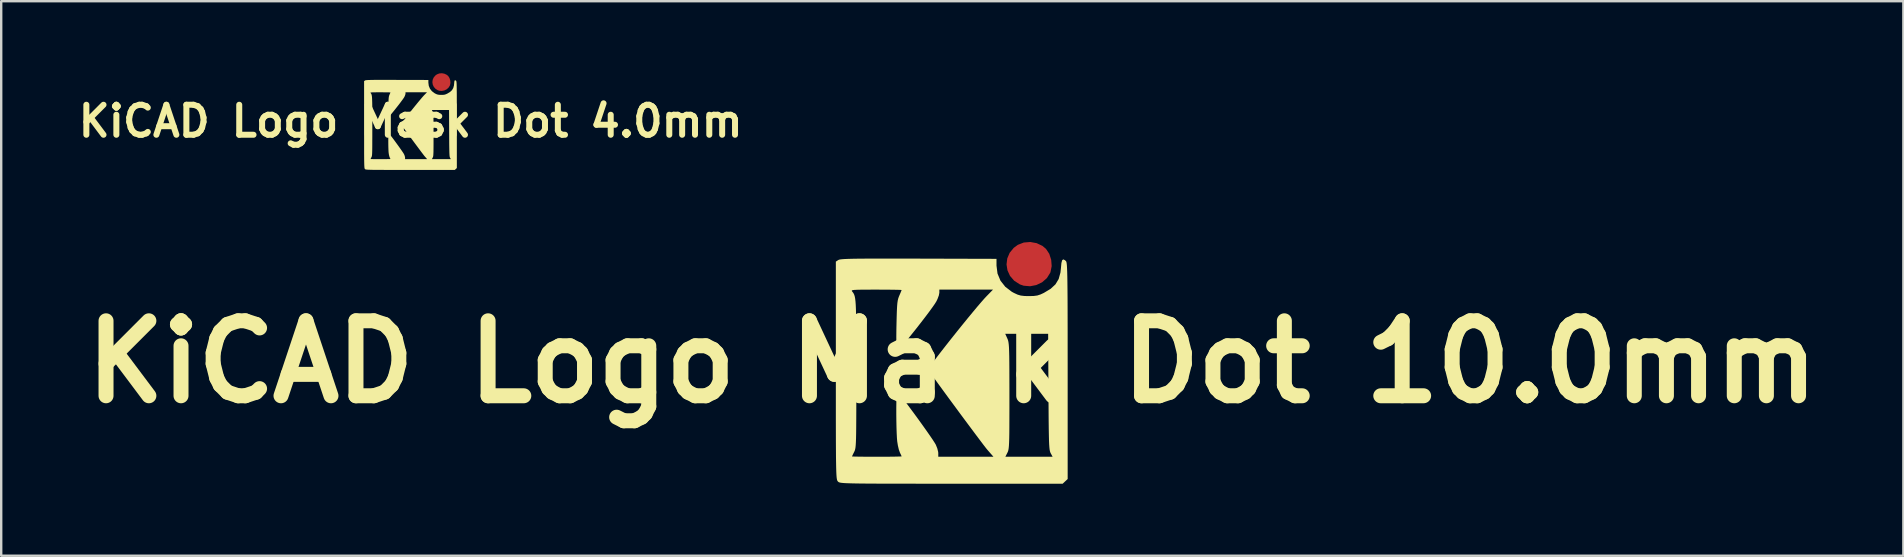
<source format=kicad_pcb>
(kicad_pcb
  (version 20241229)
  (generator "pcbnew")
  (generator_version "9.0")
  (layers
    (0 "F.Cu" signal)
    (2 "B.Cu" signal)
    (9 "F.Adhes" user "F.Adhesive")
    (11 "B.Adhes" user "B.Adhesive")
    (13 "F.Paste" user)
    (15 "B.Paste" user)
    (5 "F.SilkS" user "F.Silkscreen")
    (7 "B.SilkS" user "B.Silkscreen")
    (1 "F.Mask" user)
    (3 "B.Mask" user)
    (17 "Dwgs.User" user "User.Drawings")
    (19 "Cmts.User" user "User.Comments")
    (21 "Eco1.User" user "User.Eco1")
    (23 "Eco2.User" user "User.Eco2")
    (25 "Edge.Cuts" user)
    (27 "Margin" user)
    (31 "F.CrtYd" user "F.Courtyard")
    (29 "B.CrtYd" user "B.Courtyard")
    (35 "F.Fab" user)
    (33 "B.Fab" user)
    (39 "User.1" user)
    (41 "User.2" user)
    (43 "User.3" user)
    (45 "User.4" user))
  (footprint "KiCAD Logo Mask Dot 4.0mm"
    (layer "F.Cu")
    (at 14.06 1.999)
    (property "Reference" "KiCAD Logo Mask Dot 4.0mm" (at 0 0 180) (layer "F.SilkS") (effects (font (size 1.25 1.25) (thickness 0.25))))
    (attr board_only exclude_from_pos_files exclude_from_bom)
    (fp_poly (pts (xy 1.406 -1.978) (xy 1.503 -1.932) (xy 1.562 -1.883) (xy 1.616 -1.8) (xy 1.648 -1.7) (xy 1.656 -1.595) (xy 1.637 -1.498) (xy 1.632 -1.485) (xy 1.576 -1.396) (xy 1.496 -1.326) (xy 1.4 -1.28) (xy 1.295 -1.26) (xy 1.19 -1.269) (xy 1.127 -1.291) (xy 1.031 -1.352) (xy 0.962 -1.432) (xy 0.919 -1.525) (xy 0.904 -1.624) (xy 0.916 -1.723) (xy 0.956 -1.817) (xy 1.024 -1.9) (xy 1.092 -1.95) (xy 1.191 -1.989) (xy 1.299 -1.998)) (stroke (width 0) (type solid)) (fill yes) (layer "F.Cu"))
    (fp_poly (pts (xy 1.402 -1.979) (xy 1.499 -1.933) (xy 1.558 -1.884) (xy 1.612 -1.801) (xy 1.645 -1.701) (xy 1.652 -1.596) (xy 1.633 -1.499) (xy 1.629 -1.486) (xy 1.572 -1.397) (xy 1.492 -1.327) (xy 1.396 -1.281) (xy 1.291 -1.261) (xy 1.186 -1.27) (xy 1.123 -1.292) (xy 1.027 -1.353) (xy 0.958 -1.433) (xy 0.916 -1.526) (xy 0.9 -1.625) (xy 0.912 -1.724) (xy 0.952 -1.818) (xy 1.02 -1.901) (xy 1.088 -1.951) (xy 1.188 -1.99) (xy 1.295 -1.999)) (stroke (width 0) (type solid)) (fill yes) (layer "F.Mask"))
    (fp_poly (pts (xy -0.94 -1.721) (xy -0.709 -1.721) (xy -0.561 -1.72) (xy 0.737 -1.717) (xy 0.737 -1.603) (xy 0.754 -1.472) (xy 0.803 -1.353) (xy 0.883 -1.251) (xy 0.992 -1.168) (xy 1.028 -1.148) (xy 1.088 -1.12) (xy 1.142 -1.105) (xy 1.204 -1.098) (xy 1.276 -1.096) (xy 1.357 -1.098) (xy 1.417 -1.106) (xy 1.471 -1.124) (xy 1.526 -1.149) (xy 1.639 -1.217) (xy 1.72 -1.292) (xy 1.773 -1.381) (xy 1.803 -1.49) (xy 1.811 -1.568) (xy 1.818 -1.647) (xy 1.83 -1.692) (xy 1.849 -1.708) (xy 1.876 -1.695) (xy 1.894 -1.679) (xy 1.899 -1.671) (xy 1.903 -1.658) (xy 1.907 -1.636) (xy 1.91 -1.604) (xy 1.913 -1.559) (xy 1.915 -1.5) (xy 1.917 -1.424) (xy 1.918 -1.33) (xy 1.92 -1.215) (xy 1.921 -1.077) (xy 1.921 -0.915) (xy 1.922 -0.726) (xy 1.922 -0.507) (xy 1.923 -0.258) (xy 1.923 0.024) (xy 1.923 0.151) (xy 1.923 1.952) (xy 1.881 1.991) (xy 1.839 2.03) (xy -0.015 2.03) (xy -0.313 2.03) (xy -0.578 2.03) (xy -0.811 2.03) (xy -1.014 2.03) (xy -1.19 2.029) (xy -1.34 2.029) (xy -1.467 2.028) (xy -1.572 2.027) (xy -1.658 2.025) (xy -1.727 2.023) (xy -1.781 2.021) (xy -1.821 2.018) (xy -1.851 2.015) (xy -1.872 2.011) (xy -1.886 2.007) (xy -1.896 2.002) (xy -1.902 1.997) (xy -1.905 1.994) (xy -1.91 1.988) (xy -1.916 1.98) (xy -1.92 1.967) (xy -1.924 1.949) (xy -1.928 1.922) (xy -1.93 1.886) (xy -1.933 1.836) (xy -1.935 1.772) (xy -1.937 1.692) (xy -1.938 1.593) (xy -1.939 1.473) (xy -1.94 1.33) (xy -1.94 1.162) (xy -1.94 0.967) (xy -1.94 0.742) (xy -1.941 0.486) (xy -1.941 0.197) (xy -1.941 0.144) (xy -1.941 -1.182) (xy -1.675 -1.182) (xy -1.668 -1.172) (xy -1.655 -1.156) (xy -1.644 -1.139) (xy -1.634 -1.118) (xy -1.626 -1.091) (xy -1.619 -1.055) (xy -1.613 -1.009) (xy -1.609 -0.948) (xy -1.606 -0.871) (xy -1.603 -0.774) (xy -1.601 -0.656) (xy -1.6 -0.513) (xy -1.6 -0.344) (xy -1.599 -0.145) (xy -1.599 0.087) (xy -1.599 0.195) (xy -1.599 0.436) (xy -1.599 0.643) (xy -1.6 0.82) (xy -1.6 0.969) (xy -1.601 1.093) (xy -1.602 1.193) (xy -1.604 1.274) (xy -1.606 1.338) (xy -1.609 1.386) (xy -1.613 1.423) (xy -1.617 1.45) (xy -1.622 1.471) (xy -1.629 1.487) (xy -1.635 1.5) (xy -1.657 1.544) (xy -1.67 1.572) (xy -1.671 1.576) (xy -1.654 1.578) (xy -1.606 1.579) (xy -1.532 1.58) (xy -1.437 1.581) (xy -1.326 1.581) (xy -1.258 1.581) (xy -1.14 1.581) (xy -1.036 1.58) (xy -0.949 1.579) (xy -0.886 1.578) (xy -0.85 1.576) (xy -0.845 1.575) (xy -0.852 1.556) (xy -0.869 1.519) (xy -0.874 1.51) (xy -0.891 1.462) (xy -0.907 1.393) (xy -0.918 1.323) (xy -0.923 1.264) (xy -0.927 1.183) (xy -0.93 1.087) (xy -0.932 0.981) (xy -0.933 0.873) (xy -0.933 0.768) (xy -0.932 0.672) (xy -0.93 0.591) (xy -0.927 0.532) (xy -0.923 0.5) (xy -0.921 0.497) (xy -0.907 0.508) (xy -0.876 0.545) (xy -0.83 0.603) (xy -0.773 0.677) (xy -0.708 0.763) (xy -0.638 0.858) (xy -0.567 0.956) (xy -0.496 1.054) (xy -0.43 1.147) (xy -0.371 1.231) (xy -0.323 1.302) (xy -0.289 1.355) (xy -0.275 1.381) (xy -0.25 1.442) (xy -0.235 1.501) (xy -0.234 1.521) (xy -0.234 1.581) (xy 0.226 1.581) (xy 0.686 1.581) (xy 0.588 1.469) (xy 0.562 1.438) (xy 0.519 1.381) (xy 0.459 1.303) (xy 0.388 1.208) (xy 0.307 1.099) (xy 0.219 0.981) (xy 0.127 0.857) (xy 0.034 0.731) (xy -0.057 0.607) (xy -0.144 0.49) (xy -0.222 0.382) (xy -0.291 0.287) (xy -0.346 0.211) (xy -0.384 0.156) (xy -0.403 0.128) (xy -0.395 0.11) (xy -0.366 0.068) (xy -0.321 0.006) (xy -0.26 -0.074) (xy -0.188 -0.168) (xy -0.107 -0.272) (xy -0.019 -0.383) (xy 0.048 -0.467) (xy 0.882 -0.467) (xy 0.917 -0.391) (xy 0.925 -0.372) (xy 0.931 -0.35) (xy 0.937 -0.323) (xy 0.941 -0.287) (xy 0.945 -0.239) (xy 0.947 -0.176) (xy 0.949 -0.094) (xy 0.95 0.01) (xy 0.951 0.138) (xy 0.952 0.295) (xy 0.952 0.483) (xy 0.952 0.567) (xy 0.952 0.768) (xy 0.952 0.937) (xy 0.951 1.076) (xy 0.95 1.189) (xy 0.949 1.279) (xy 0.946 1.348) (xy 0.943 1.401) (xy 0.94 1.44) (xy 0.935 1.469) (xy 0.929 1.491) (xy 0.921 1.508) (xy 0.918 1.515) (xy 0.884 1.581) (xy 1.278 1.581) (xy 1.672 1.581) (xy 1.64 1.523) (xy 1.633 1.508) (xy 1.627 1.488) (xy 1.622 1.461) (xy 1.618 1.424) (xy 1.615 1.373) (xy 1.612 1.306) (xy 1.61 1.22) (xy 1.608 1.111) (xy 1.606 0.977) (xy 1.605 0.815) (xy 1.604 0.621) (xy 1.603 0.499) (xy 1.598 -0.467) (xy 1.24 -0.467) (xy 0.882 -0.467) (xy 0.048 -0.467) (xy 0.072 -0.498) (xy 0.164 -0.612) (xy 0.254 -0.723) (xy 0.339 -0.826) (xy 0.417 -0.919) (xy 0.485 -0.999) (xy 0.539 -1.06) (xy 0.568 -1.091) (xy 0.679 -1.204) (xy 0.231 -1.204) (xy -0.216 -1.204) (xy -0.216 -1.152) (xy -0.224 -1.107) (xy -0.246 -1.048) (xy -0.265 -1.008) (xy -0.29 -0.968) (xy -0.331 -0.908) (xy -0.386 -0.834) (xy -0.45 -0.748) (xy -0.521 -0.656) (xy -0.596 -0.561) (xy -0.669 -0.468) (xy -0.74 -0.381) (xy -0.803 -0.304) (xy -0.857 -0.241) (xy -0.897 -0.198) (xy -0.92 -0.176) (xy -0.923 -0.175) (xy -0.928 -0.195) (xy -0.931 -0.247) (xy -0.932 -0.324) (xy -0.933 -0.423) (xy -0.932 -0.539) (xy -0.93 -0.601) (xy -0.927 -0.736) (xy -0.924 -0.841) (xy -0.92 -0.921) (xy -0.915 -0.98) (xy -0.908 -1.025) (xy -0.899 -1.06) (xy -0.888 -1.092) (xy -0.883 -1.103) (xy -0.861 -1.153) (xy -0.847 -1.188) (xy -0.845 -1.197) (xy -0.862 -1.199) (xy -0.91 -1.201) (xy -0.984 -1.202) (xy -1.079 -1.203) (xy -1.191 -1.204) (xy -1.27 -1.204) (xy -1.404 -1.204) (xy -1.506 -1.203) (xy -1.58 -1.202) (xy -1.63 -1.199) (xy -1.659 -1.195) (xy -1.673 -1.19) (xy -1.675 -1.182) (xy -1.941 -1.182) (xy -1.941 -1.67) (xy -1.9 -1.697) (xy -1.888 -1.702) (xy -1.869 -1.707) (xy -1.839 -1.71) (xy -1.797 -1.714) (xy -1.739 -1.716) (xy -1.664 -1.718) (xy -1.569 -1.72) (xy -1.451 -1.721) (xy -1.309 -1.721) (xy -1.14 -1.721)) (stroke (width 0) (type solid)) (fill yes) (layer "F.SilkS")))
  (footprint "KiCAD Logo Mask Dot 10.0mm"
    (layer "F.Cu")
    (at 36.624 12.026)
    (property "Reference" "KiCAD Logo Mask Dot 10.0mm" (at 0 0 180) (layer "F.SilkS") (effects (font (size 3.124 3.124) (thickness 0.624))))
    (attr board_only exclude_from_pos_files exclude_from_bom)
    (fp_poly (pts (xy 3.515 -4.946) (xy 3.758 -4.831) (xy 3.904 -4.707) (xy 4.041 -4.501) (xy 4.121 -4.251) (xy 4.141 -3.989) (xy 4.093 -3.744) (xy 4.081 -3.713) (xy 3.941 -3.489) (xy 3.741 -3.315) (xy 3.5 -3.2) (xy 3.238 -3.15) (xy 2.974 -3.173) (xy 2.817 -3.227) (xy 2.578 -3.381) (xy 2.405 -3.581) (xy 2.299 -3.812) (xy 2.26 -4.059) (xy 2.29 -4.308) (xy 2.39 -4.543) (xy 2.559 -4.749) (xy 2.731 -4.876) (xy 2.979 -4.972) (xy 3.248 -4.994)) (stroke (width 0) (type solid)) (fill yes) (layer "F.Cu"))
    (fp_poly (pts (xy 3.506 -4.949) (xy 3.748 -4.833) (xy 3.895 -4.709) (xy 4.031 -4.503) (xy 4.112 -4.254) (xy 4.131 -3.991) (xy 4.084 -3.746) (xy 4.072 -3.716) (xy 3.931 -3.492) (xy 3.731 -3.318) (xy 3.49 -3.203) (xy 3.229 -3.153) (xy 2.965 -3.175) (xy 2.808 -3.23) (xy 2.568 -3.384) (xy 2.395 -3.584) (xy 2.289 -3.815) (xy 2.251 -4.062) (xy 2.281 -4.311) (xy 2.38 -4.546) (xy 2.549 -4.752) (xy 2.721 -4.878) (xy 2.969 -4.975) (xy 3.238 -4.997)) (stroke (width 0) (type solid)) (fill yes) (layer "F.Mask"))
    (fp_poly (pts (xy -2.351 -4.303) (xy -1.772 -4.302) (xy -1.402 -4.301) (xy 1.842 -4.292) (xy 1.842 -4.009) (xy 1.884 -3.679) (xy 2.007 -3.383) (xy 2.208 -3.128) (xy 2.48 -2.92) (xy 2.57 -2.871) (xy 2.721 -2.801) (xy 2.855 -2.762) (xy 3.01 -2.744) (xy 3.189 -2.74) (xy 3.392 -2.745) (xy 3.542 -2.765) (xy 3.677 -2.809) (xy 3.814 -2.873) (xy 4.096 -3.042) (xy 4.299 -3.23) (xy 4.433 -3.453) (xy 4.507 -3.724) (xy 4.528 -3.919) (xy 4.546 -4.117) (xy 4.576 -4.231) (xy 4.622 -4.269) (xy 4.69 -4.239) (xy 4.736 -4.197) (xy 4.748 -4.178) (xy 4.758 -4.145) (xy 4.767 -4.09) (xy 4.775 -4.009) (xy 4.781 -3.898) (xy 4.787 -3.75) (xy 4.792 -3.56) (xy 4.796 -3.325) (xy 4.799 -3.037) (xy 4.802 -2.693) (xy 4.804 -2.287) (xy 4.805 -1.814) (xy 4.806 -1.268) (xy 4.806 -0.646) (xy 4.807 0.06) (xy 4.807 0.377) (xy 4.807 4.881) (xy 4.703 4.978) (xy 4.599 5.076) (xy -0.037 5.076) (xy -0.783 5.076) (xy -1.445 5.076) (xy -2.027 5.075) (xy -2.535 5.075) (xy -2.975 5.074) (xy -3.35 5.072) (xy -3.667 5.07) (xy -3.93 5.067) (xy -4.145 5.063) (xy -4.317 5.058) (xy -4.452 5.053) (xy -4.553 5.046) (xy -4.628 5.038) (xy -4.68 5.029) (xy -4.715 5.018) (xy -4.739 5.006) (xy -4.756 4.992) (xy -4.762 4.986) (xy -4.776 4.97) (xy -4.789 4.949) (xy -4.801 4.919) (xy -4.81 4.873) (xy -4.819 4.806) (xy -4.826 4.714) (xy -4.832 4.591) (xy -4.837 4.431) (xy -4.841 4.23) (xy -4.845 3.982) (xy -4.847 3.682) (xy -4.849 3.324) (xy -4.85 2.904) (xy -4.851 2.417) (xy -4.851 1.856) (xy -4.851 1.216) (xy -4.851 0.493) (xy -4.851 0.36) (xy -4.851 -2.956) (xy -4.187 -2.956) (xy -4.171 -2.931) (xy -4.138 -2.89) (xy -4.109 -2.846) (xy -4.085 -2.794) (xy -4.064 -2.727) (xy -4.047 -2.638) (xy -4.033 -2.521) (xy -4.022 -2.369) (xy -4.014 -2.176) (xy -4.008 -1.935) (xy -4.003 -1.64) (xy -4.001 -1.284) (xy -3.999 -0.86) (xy -3.998 -0.362) (xy -3.998 0.216) (xy -3.998 0.487) (xy -3.998 1.089) (xy -3.998 1.608) (xy -3.999 2.05) (xy -4.001 2.422) (xy -4.003 2.731) (xy -4.006 2.984) (xy -4.01 3.186) (xy -4.016 3.344) (xy -4.023 3.466) (xy -4.032 3.558) (xy -4.043 3.625) (xy -4.056 3.676) (xy -4.071 3.717) (xy -4.088 3.751) (xy -4.142 3.86) (xy -4.174 3.93) (xy -4.178 3.94) (xy -4.135 3.944) (xy -4.015 3.947) (xy -3.83 3.95) (xy -3.593 3.952) (xy -3.316 3.953) (xy -3.144 3.953) (xy -2.851 3.952) (xy -2.589 3.951) (xy -2.373 3.948) (xy -2.214 3.944) (xy -2.126 3.94) (xy -2.111 3.937) (xy -2.129 3.891) (xy -2.174 3.797) (xy -2.184 3.775) (xy -2.227 3.655) (xy -2.267 3.483) (xy -2.295 3.308) (xy -2.307 3.159) (xy -2.317 2.957) (xy -2.325 2.717) (xy -2.33 2.453) (xy -2.333 2.183) (xy -2.333 1.92) (xy -2.33 1.68) (xy -2.325 1.478) (xy -2.317 1.33) (xy -2.307 1.251) (xy -2.302 1.242) (xy -2.268 1.271) (xy -2.19 1.363) (xy -2.075 1.507) (xy -1.933 1.692) (xy -1.771 1.909) (xy -1.596 2.145) (xy -1.416 2.391) (xy -1.24 2.636) (xy -1.075 2.868) (xy -0.928 3.079) (xy -0.808 3.255) (xy -0.723 3.388) (xy -0.686 3.452) (xy -0.625 3.604) (xy -0.588 3.753) (xy -0.584 3.803) (xy -0.584 3.953) (xy 0.565 3.953) (xy 1.715 3.953) (xy 1.469 3.672) (xy 1.405 3.594) (xy 1.296 3.453) (xy 1.149 3.258) (xy 0.97 3.02) (xy 0.767 2.748) (xy 0.547 2.453) (xy 0.317 2.143) (xy 0.085 1.828) (xy -0.143 1.519) (xy -0.359 1.224) (xy -0.556 0.954) (xy -0.727 0.718) (xy -0.864 0.527) (xy -0.961 0.389) (xy -1.007 0.321) (xy -0.986 0.276) (xy -0.916 0.171) (xy -0.801 0.014) (xy -0.651 -0.186) (xy -0.47 -0.421) (xy -0.267 -0.681) (xy -0.048 -0.959) (xy 0.119 -1.168) (xy 2.206 -1.168) (xy 2.292 -0.977) (xy 2.312 -0.929) (xy 2.329 -0.876) (xy 2.342 -0.808) (xy 2.353 -0.718) (xy 2.362 -0.598) (xy 2.368 -0.44) (xy 2.373 -0.235) (xy 2.376 0.024) (xy 2.378 0.345) (xy 2.379 0.737) (xy 2.38 1.208) (xy 2.38 1.417) (xy 2.38 1.92) (xy 2.379 2.342) (xy 2.378 2.69) (xy 2.376 2.972) (xy 2.372 3.196) (xy 2.366 3.371) (xy 2.359 3.503) (xy 2.349 3.601) (xy 2.337 3.673) (xy 2.322 3.727) (xy 2.303 3.771) (xy 2.296 3.786) (xy 2.211 3.953) (xy 3.195 3.953) (xy 4.18 3.953) (xy 4.1 3.807) (xy 4.083 3.769) (xy 4.068 3.72) (xy 4.055 3.653) (xy 4.045 3.56) (xy 4.036 3.433) (xy 4.029 3.265) (xy 4.024 3.049) (xy 4.019 2.778) (xy 4.015 2.443) (xy 4.012 2.037) (xy 4.009 1.553) (xy 4.007 1.247) (xy 3.994 -1.168) (xy 3.1 -1.168) (xy 2.206 -1.168) (xy 0.119 -1.168) (xy 0.18 -1.245) (xy 0.41 -1.53) (xy 0.635 -1.807) (xy 0.849 -2.066) (xy 1.043 -2.299) (xy 1.212 -2.496) (xy 1.348 -2.65) (xy 1.421 -2.728) (xy 1.696 -3.01) (xy 0.579 -3.01) (xy -0.539 -3.01) (xy -0.539 -2.88) (xy -0.56 -2.768) (xy -0.615 -2.62) (xy -0.663 -2.52) (xy -0.725 -2.42) (xy -0.829 -2.271) (xy -0.965 -2.084) (xy -1.126 -1.87) (xy -1.304 -1.639) (xy -1.489 -1.402) (xy -1.674 -1.17) (xy -1.85 -0.952) (xy -2.009 -0.76) (xy -2.142 -0.604) (xy -2.242 -0.494) (xy -2.299 -0.441) (xy -2.308 -0.438) (xy -2.319 -0.489) (xy -2.327 -0.617) (xy -2.331 -0.81) (xy -2.332 -1.058) (xy -2.329 -1.348) (xy -2.326 -1.501) (xy -2.318 -1.84) (xy -2.31 -2.102) (xy -2.3 -2.301) (xy -2.288 -2.45) (xy -2.271 -2.562) (xy -2.249 -2.651) (xy -2.22 -2.73) (xy -2.208 -2.758) (xy -2.154 -2.883) (xy -2.119 -2.97) (xy -2.111 -2.993) (xy -2.154 -2.998) (xy -2.274 -3.002) (xy -2.46 -3.005) (xy -2.698 -3.008) (xy -2.977 -3.009) (xy -3.174 -3.01) (xy -3.509 -3.009) (xy -3.764 -3.008) (xy -3.949 -3.004) (xy -4.074 -2.998) (xy -4.149 -2.989) (xy -4.183 -2.975) (xy -4.187 -2.956) (xy -4.851 -2.956) (xy -4.851 -4.176) (xy -4.749 -4.243) (xy -4.72 -4.256) (xy -4.672 -4.267) (xy -4.597 -4.276) (xy -4.491 -4.284) (xy -4.347 -4.29) (xy -4.16 -4.295) (xy -3.922 -4.299) (xy -3.628 -4.301) (xy -3.273 -4.303) (xy -2.849 -4.303)) (stroke (width 0) (type solid)) (fill yes) (layer "F.SilkS")))
  (gr_rect
    (start -3 -3)
    (end 76.248 20.102)
    (stroke (width 0.1) (type default))
    (fill no)
    (layer "Edge.Cuts")))
</source>
